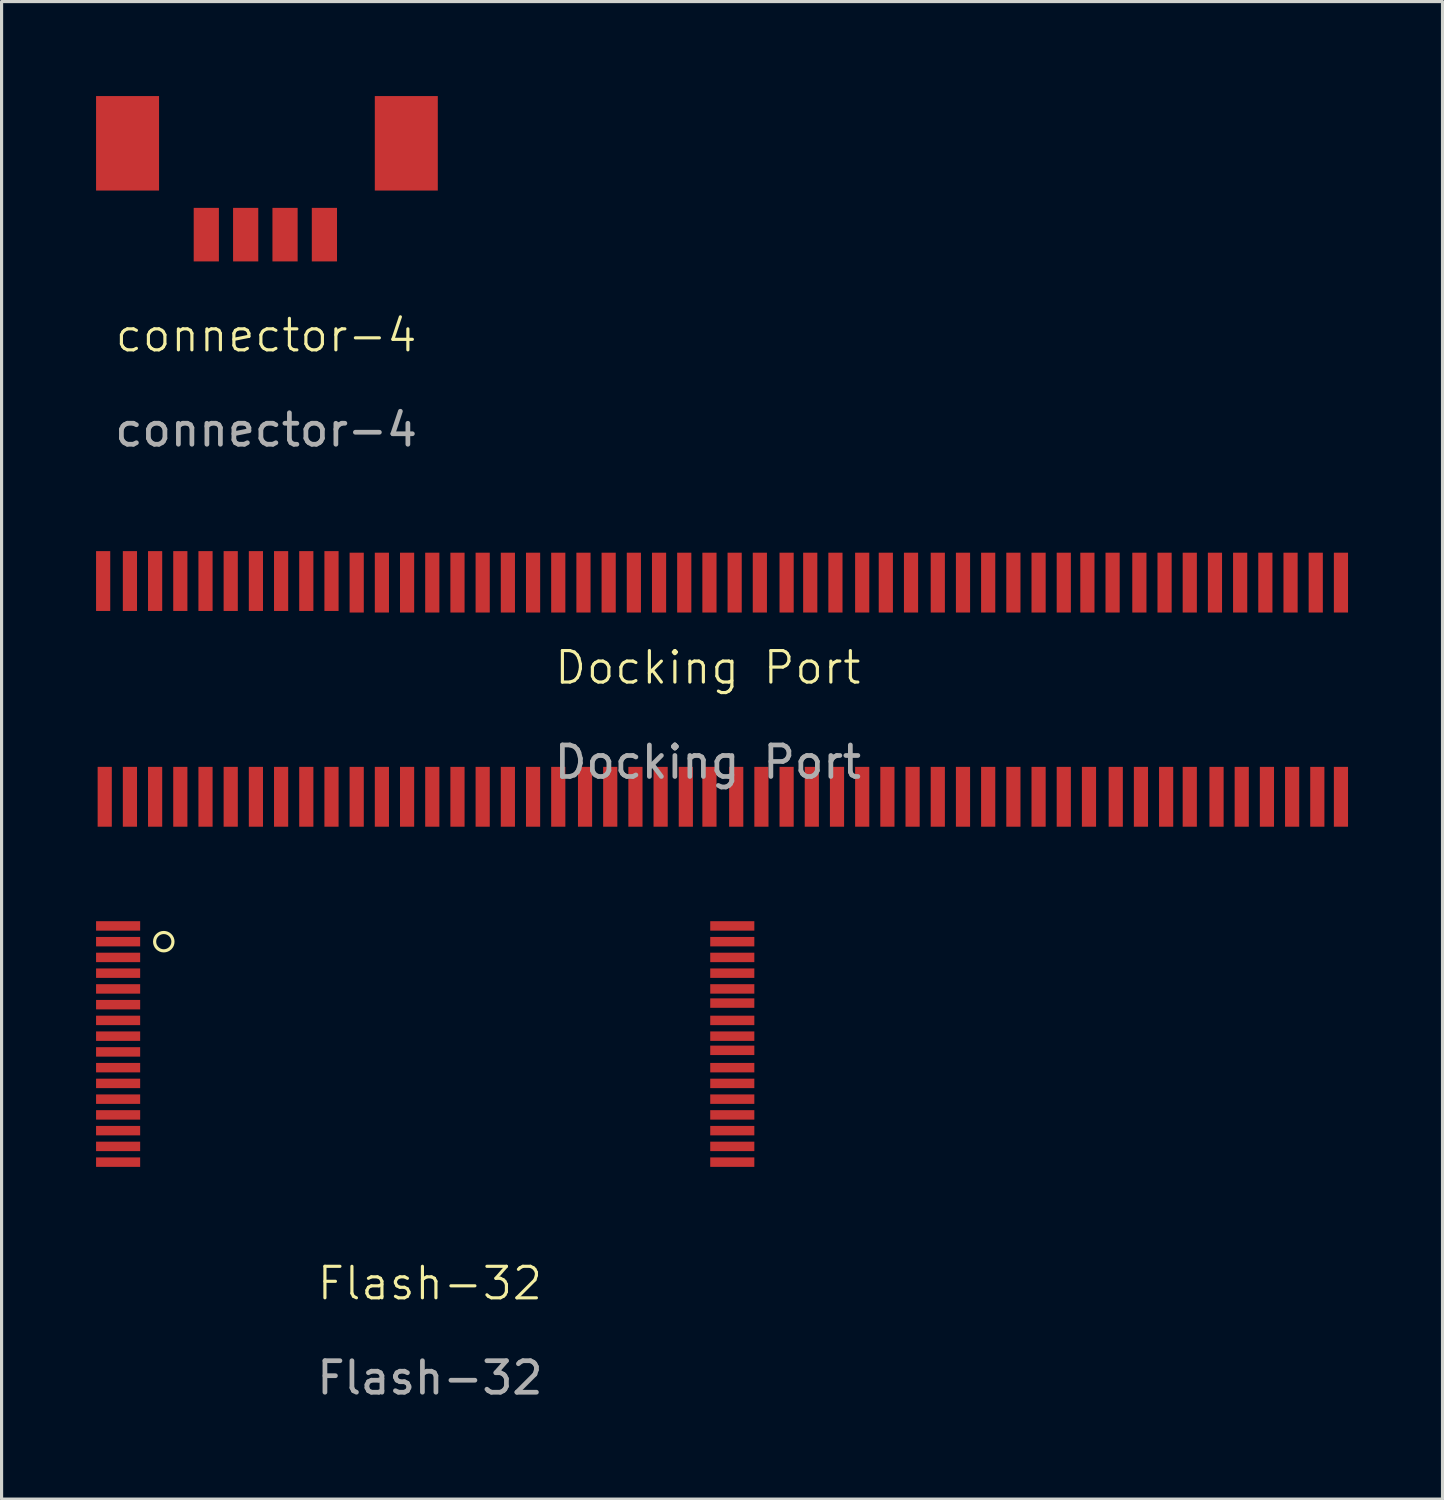
<source format=kicad_pcb>
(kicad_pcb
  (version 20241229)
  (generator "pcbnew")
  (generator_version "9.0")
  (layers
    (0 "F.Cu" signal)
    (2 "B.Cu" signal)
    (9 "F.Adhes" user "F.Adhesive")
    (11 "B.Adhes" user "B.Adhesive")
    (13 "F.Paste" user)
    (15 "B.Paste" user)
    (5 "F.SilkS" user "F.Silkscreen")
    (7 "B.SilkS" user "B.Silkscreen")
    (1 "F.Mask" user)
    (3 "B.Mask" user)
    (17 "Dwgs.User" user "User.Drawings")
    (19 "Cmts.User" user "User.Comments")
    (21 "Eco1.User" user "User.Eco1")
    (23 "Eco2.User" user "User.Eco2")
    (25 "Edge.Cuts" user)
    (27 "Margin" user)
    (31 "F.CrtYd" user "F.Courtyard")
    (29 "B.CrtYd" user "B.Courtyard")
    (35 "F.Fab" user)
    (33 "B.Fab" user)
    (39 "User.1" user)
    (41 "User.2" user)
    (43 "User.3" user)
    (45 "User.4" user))
  (footprint "Docking Port"
    (layer "F.Cu")
    (at 19.425 18.648)
    (property "Reference" "Docking Port" (at 0 -0.5 0) (unlocked yes) (layer "F.SilkS") (effects (font (size 1 1) (thickness 0.1))))
    (attr smd)
    (fp_text user "${REFERENCE}" (at 0 2.5 0) (unlocked yes) (layer "F.Fab") (effects (font (size 1 1) (thickness 0.15))))
    (pad "1" smd rect (at -19.2 -3.25 270) (size 1.9 0.45) (layers "F.Cu" "F.Mask" "F.Paste"))
    (pad "2" smd rect (at -18.35 -3.25 270) (size 1.9 0.45) (layers "F.Cu" "F.Mask" "F.Paste"))
    (pad "3" smd rect (at -17.55 -3.25 270) (size 1.9 0.45) (layers "F.Cu" "F.Mask" "F.Paste"))
    (pad "4" smd rect (at -16.75 -3.25 270) (size 1.9 0.45) (layers "F.Cu" "F.Mask" "F.Paste"))
    (pad "5" smd rect (at -15.95 -3.25 270) (size 1.9 0.45) (layers "F.Cu" "F.Mask" "F.Paste"))
    (pad "6" smd rect (at -15.15 -3.25 270) (size 1.9 0.45) (layers "F.Cu" "F.Mask" "F.Paste"))
    (pad "7" smd rect (at -14.35 -3.25 270) (size 1.9 0.45) (layers "F.Cu" "F.Mask" "F.Paste"))
    (pad "8" smd rect (at -13.55 -3.25 270) (size 1.9 0.45) (layers "F.Cu" "F.Mask" "F.Paste"))
    (pad "9" smd rect (at -12.75 -3.25 270) (size 1.9 0.45) (layers "F.Cu" "F.Mask" "F.Paste"))
    (pad "10" smd rect (at -11.95 -3.25 270) (size 1.9 0.45) (layers "F.Cu" "F.Mask" "F.Paste"))
    (pad "11" smd rect (at -11.15 -3.2 270) (size 1.9 0.45) (layers "F.Cu" "F.Mask" "F.Paste"))
    (pad "12" smd rect (at -10.35 -3.2 270) (size 1.9 0.45) (layers "F.Cu" "F.Mask" "F.Paste"))
    (pad "13" smd rect (at -9.55 -3.2 270) (size 1.9 0.45) (layers "F.Cu" "F.Mask" "F.Paste"))
    (pad "14" smd rect (at -8.75 -3.2 270) (size 1.9 0.45) (layers "F.Cu" "F.Mask" "F.Paste"))
    (pad "15" smd rect (at -7.95 -3.2 270) (size 1.9 0.45) (layers "F.Cu" "F.Mask" "F.Paste"))
    (pad "16" smd rect (at -7.15 -3.2 270) (size 1.9 0.45) (layers "F.Cu" "F.Mask" "F.Paste"))
    (pad "17" smd rect (at -6.35 -3.2 270) (size 1.9 0.45) (layers "F.Cu" "F.Mask" "F.Paste"))
    (pad "18" smd rect (at -5.55 -3.2 270) (size 1.9 0.45) (layers "F.Cu" "F.Mask" "F.Paste"))
    (pad "19" smd rect (at -4.75 -3.2 270) (size 1.9 0.45) (layers "F.Cu" "F.Mask" "F.Paste"))
    (pad "20" smd rect (at -3.95 -3.2 270) (size 1.9 0.45) (layers "F.Cu" "F.Mask" "F.Paste"))
    (pad "21" smd rect (at -3.15 -3.2 270) (size 1.9 0.45) (layers "F.Cu" "F.Mask" "F.Paste"))
    (pad "22" smd rect (at -2.35 -3.2 270) (size 1.9 0.45) (layers "F.Cu" "F.Mask" "F.Paste"))
    (pad "23" smd rect (at -1.55 -3.2 270) (size 1.9 0.45) (layers "F.Cu" "F.Mask" "F.Paste"))
    (pad "24" smd rect (at -0.75 -3.2 270) (size 1.9 0.45) (layers "F.Cu" "F.Mask" "F.Paste"))
    (pad "25" smd rect (at 0.05 -3.2 270) (size 1.9 0.45) (layers "F.Cu" "F.Mask" "F.Paste"))
    (pad "26" smd rect (at 0.85 -3.2 270) (size 1.9 0.45) (layers "F.Cu" "F.Mask" "F.Paste"))
    (pad "27" smd rect (at 1.65 -3.2 270) (size 1.9 0.45) (layers "F.Cu" "F.Mask" "F.Paste"))
    (pad "28" smd rect (at 2.5 -3.2 270) (size 1.9 0.45) (layers "F.Cu" "F.Mask" "F.Paste"))
    (pad "29" smd rect (at 3.25 -3.2 270) (size 1.9 0.45) (layers "F.Cu" "F.Mask" "F.Paste"))
    (pad "30" smd rect (at 4.05 -3.2 270) (size 1.9 0.45) (layers "F.Cu" "F.Mask" "F.Paste"))
    (pad "31" smd rect (at 4.9 -3.2 270) (size 1.9 0.45) (layers "F.Cu" "F.Mask" "F.Paste"))
    (pad "32" smd rect (at 5.65 -3.2 270) (size 1.9 0.45) (layers "F.Cu" "F.Mask" "F.Paste"))
    (pad "33" smd rect (at 6.45 -3.2 270) (size 1.9 0.45) (layers "F.Cu" "F.Mask" "F.Paste"))
    (pad "34" smd rect (at 7.3 -3.2 270) (size 1.9 0.45) (layers "F.Cu" "F.Mask" "F.Paste"))
    (pad "35" smd rect (at 8.1 -3.2 270) (size 1.9 0.45) (layers "F.Cu" "F.Mask" "F.Paste"))
    (pad "36" smd rect (at 8.9 -3.2 270) (size 1.9 0.45) (layers "F.Cu" "F.Mask" "F.Paste"))
    (pad "37" smd rect (at 9.7 -3.2 270) (size 1.9 0.45) (layers "F.Cu" "F.Mask" "F.Paste"))
    (pad "38" smd rect (at 10.5 -3.2 270) (size 1.9 0.45) (layers "F.Cu" "F.Mask" "F.Paste"))
    (pad "39" smd rect (at 11.3 -3.2 270) (size 1.9 0.45) (layers "F.Cu" "F.Mask" "F.Paste"))
    (pad "40" smd rect (at 12.05 -3.2 270) (size 1.9 0.45) (layers "F.Cu" "F.Mask" "F.Paste"))
    (pad "41" smd rect (at 12.85 -3.2 270) (size 1.9 0.45) (layers "F.Cu" "F.Mask" "F.Paste"))
    (pad "42" smd rect (at 13.7 -3.2 270) (size 1.9 0.45) (layers "F.Cu" "F.Mask" "F.Paste"))
    (pad "43" smd rect (at 14.5 -3.2 270) (size 1.9 0.45) (layers "F.Cu" "F.Mask" "F.Paste"))
    (pad "44" smd rect (at 15.3 -3.2 270) (size 1.9 0.45) (layers "F.Cu" "F.Mask" "F.Paste"))
    (pad "45" smd rect (at 16.1 -3.2 270) (size 1.9 0.45) (layers "F.Cu" "F.Mask" "F.Paste"))
    (pad "46" smd rect (at 16.9 -3.2 270) (size 1.9 0.45) (layers "F.Cu" "F.Mask" "F.Paste"))
    (pad "47" smd rect (at 17.7 -3.2 270) (size 1.9 0.45) (layers "F.Cu" "F.Mask" "F.Paste"))
    (pad "48" smd rect (at 18.5 -3.2 270) (size 1.9 0.45) (layers "F.Cu" "F.Mask" "F.Paste"))
    (pad "49" smd rect (at 19.3 -3.2 270) (size 1.9 0.45) (layers "F.Cu" "F.Mask" "F.Paste"))
    (pad "50" smd rect (at 20.1 -3.2 270) (size 1.9 0.45) (layers "F.Cu" "F.Mask" "F.Paste"))
    (pad "51" smd rect (at 20.1 3.6 270) (size 1.9 0.45) (layers "F.Cu" "F.Mask" "F.Paste"))
    (pad "52" smd rect (at 19.35 3.6 270) (size 1.9 0.45) (layers "F.Cu" "F.Mask" "F.Paste"))
    (pad "53" smd rect (at 18.55 3.6 270) (size 1.9 0.45) (layers "F.Cu" "F.Mask" "F.Paste"))
    (pad "54" smd rect (at 17.75 3.6 270) (size 1.9 0.45) (layers "F.Cu" "F.Mask" "F.Paste"))
    (pad "55" smd rect (at 16.95 3.6 270) (size 1.9 0.45) (layers "F.Cu" "F.Mask" "F.Paste"))
    (pad "56" smd rect (at 16.15 3.6 270) (size 1.9 0.45) (layers "F.Cu" "F.Mask" "F.Paste"))
    (pad "57" smd rect (at 15.3 3.6 270) (size 1.9 0.45) (layers "F.Cu" "F.Mask" "F.Paste"))
    (pad "58" smd rect (at 14.55 3.6 270) (size 1.9 0.45) (layers "F.Cu" "F.Mask" "F.Paste"))
    (pad "59" smd rect (at 13.75 3.6 270) (size 1.9 0.45) (layers "F.Cu" "F.Mask" "F.Paste"))
    (pad "60" smd rect (at 12.95 3.6 270) (size 1.9 0.45) (layers "F.Cu" "F.Mask" "F.Paste"))
    (pad "61" smd rect (at 12.1 3.6 270) (size 1.9 0.45) (layers "F.Cu" "F.Mask" "F.Paste"))
    (pad "62" smd rect (at 11.3 3.6 270) (size 1.9 0.45) (layers "F.Cu" "F.Mask" "F.Paste"))
    (pad "63" smd rect (at 10.5 3.6 270) (size 1.9 0.45) (layers "F.Cu" "F.Mask" "F.Paste"))
    (pad "64" smd rect (at 9.7 3.6 270) (size 1.9 0.45) (layers "F.Cu" "F.Mask" "F.Paste"))
    (pad "65" smd rect (at 8.9 3.6 270) (size 1.9 0.45) (layers "F.Cu" "F.Mask" "F.Paste"))
    (pad "66" smd rect (at 8.1 3.6 270) (size 1.9 0.45) (layers "F.Cu" "F.Mask" "F.Paste"))
    (pad "67" smd rect (at 7.3 3.6 270) (size 1.9 0.45) (layers "F.Cu" "F.Mask" "F.Paste"))
    (pad "68" smd rect (at 6.5 3.6 270) (size 1.9 0.45) (layers "F.Cu" "F.Mask" "F.Paste"))
    (pad "69" smd rect (at 5.7 3.6 270) (size 1.9 0.45) (layers "F.Cu" "F.Mask" "F.Paste"))
    (pad "70" smd rect (at 4.9 3.6 270) (size 1.9 0.45) (layers "F.Cu" "F.Mask" "F.Paste"))
    (pad "71" smd rect (at 4.1 3.6 270) (size 1.9 0.45) (layers "F.Cu" "F.Mask" "F.Paste"))
    (pad "72" smd rect (at 3.3 3.6 270) (size 1.9 0.45) (layers "F.Cu" "F.Mask" "F.Paste"))
    (pad "73" smd rect (at 2.5 3.6 270) (size 1.9 0.45) (layers "F.Cu" "F.Mask" "F.Paste"))
    (pad "74" smd rect (at 1.7 3.6 270) (size 1.9 0.45) (layers "F.Cu" "F.Mask" "F.Paste"))
    (pad "75" smd rect (at 0.9 3.6 270) (size 1.9 0.45) (layers "F.Cu" "F.Mask" "F.Paste"))
    (pad "76" smd rect (at 0.05 3.6 270) (size 1.9 0.45) (layers "F.Cu" "F.Mask" "F.Paste"))
    (pad "77" smd rect (at -0.7 3.6 270) (size 1.9 0.45) (layers "F.Cu" "F.Mask" "F.Paste"))
    (pad "78" smd rect (at -1.5 3.6 270) (size 1.9 0.45) (layers "F.Cu" "F.Mask" "F.Paste"))
    (pad "79" smd rect (at -2.3 3.6 270) (size 1.9 0.45) (layers "F.Cu" "F.Mask" "F.Paste"))
    (pad "80" smd rect (at -3.1 3.6 270) (size 1.9 0.45) (layers "F.Cu" "F.Mask" "F.Paste"))
    (pad "81" smd rect (at -3.9 3.6 270) (size 1.9 0.45) (layers "F.Cu" "F.Mask" "F.Paste"))
    (pad "82" smd rect (at -4.75 3.6 270) (size 1.9 0.45) (layers "F.Cu" "F.Mask" "F.Paste"))
    (pad "83" smd rect (at -5.55 3.6 270) (size 1.9 0.45) (layers "F.Cu" "F.Mask" "F.Paste"))
    (pad "84" smd rect (at -6.35 3.6 270) (size 1.9 0.45) (layers "F.Cu" "F.Mask" "F.Paste"))
    (pad "85" smd rect (at -7.15 3.6 270) (size 1.9 0.45) (layers "F.Cu" "F.Mask" "F.Paste"))
    (pad "86" smd rect (at -7.95 3.6 270) (size 1.9 0.45) (layers "F.Cu" "F.Mask" "F.Paste"))
    (pad "87" smd rect (at -8.75 3.6 270) (size 1.9 0.45) (layers "F.Cu" "F.Mask" "F.Paste"))
    (pad "88" smd rect (at -9.55 3.6 270) (size 1.9 0.45) (layers "F.Cu" "F.Mask" "F.Paste"))
    (pad "89" smd rect (at -10.35 3.6 270) (size 1.9 0.45) (layers "F.Cu" "F.Mask" "F.Paste"))
    (pad "90" smd rect (at -11.15 3.6 270) (size 1.9 0.45) (layers "F.Cu" "F.Mask" "F.Paste"))
    (pad "91" smd rect (at -11.95 3.6 270) (size 1.9 0.45) (layers "F.Cu" "F.Mask" "F.Paste"))
    (pad "92" smd rect (at -12.75 3.6 270) (size 1.9 0.45) (layers "F.Cu" "F.Mask" "F.Paste"))
    (pad "93" smd rect (at -13.55 3.6 270) (size 1.9 0.45) (layers "F.Cu" "F.Mask" "F.Paste"))
    (pad "94" smd rect (at -14.35 3.6 270) (size 1.9 0.45) (layers "F.Cu" "F.Mask" "F.Paste"))
    (pad "95" smd rect (at -15.15 3.6 270) (size 1.9 0.45) (layers "F.Cu" "F.Mask" "F.Paste"))
    (pad "96" smd rect (at -15.95 3.6 270) (size 1.9 0.45) (layers "F.Cu" "F.Mask" "F.Paste"))
    (pad "97" smd rect (at -16.75 3.6 270) (size 1.9 0.45) (layers "F.Cu" "F.Mask" "F.Paste"))
    (pad "98" smd rect (at -17.55 3.6 270) (size 1.9 0.45) (layers "F.Cu" "F.Mask" "F.Paste"))
    (pad "99" smd rect (at -18.35 3.6 270) (size 1.9 0.45) (layers "F.Cu" "F.Mask" "F.Paste"))
    (pad "100" smd rect (at -19.15 3.6 270) (size 1.9 0.45) (layers "F.Cu" "F.Mask" "F.Paste")))
  (footprint "Flash-32"
    (layer "F.Cu")
    (at 10.7 30.498)
    (property "Reference" "Flash-32" (at -0.1 7.2 0) (unlocked yes) (layer "F.SilkS") (effects (font (size 1 1) (thickness 0.1))))
    (attr smd)
    (fp_circle (center -8.55 -3.65) (end -8.4 -3.9) (stroke (width 0.1) (type default)) (fill no) (layer "F.SilkS"))
    (fp_text user "${REFERENCE}" (at -0.1 10.2 0) (unlocked yes) (layer "F.Fab") (effects (font (size 1 1) (thickness 0.15))))
    (pad "1" smd rect (at -10 -4.15) (size 1.4 0.3) (layers "F.Cu" "F.Mask" "F.Paste"))
    (pad "2" smd rect (at -10 -3.65) (size 1.4 0.3) (layers "F.Cu" "F.Mask" "F.Paste"))
    (pad "3" smd rect (at -10 -3.15) (size 1.4 0.3) (layers "F.Cu" "F.Mask" "F.Paste"))
    (pad "4" smd rect (at -10 -2.65) (size 1.4 0.3) (layers "F.Cu" "F.Mask" "F.Paste"))
    (pad "5" smd rect (at -10 -2.15) (size 1.4 0.3) (layers "F.Cu" "F.Mask" "F.Paste"))
    (pad "6" smd rect (at -10 -1.65) (size 1.4 0.3) (layers "F.Cu" "F.Mask" "F.Paste"))
    (pad "7" smd rect (at -10 -1.15) (size 1.4 0.3) (layers "F.Cu" "F.Mask" "F.Paste"))
    (pad "8" smd rect (at -10 -0.65) (size 1.4 0.3) (layers "F.Cu" "F.Mask" "F.Paste"))
    (pad "9" smd rect (at -10 -0.15) (size 1.4 0.3) (layers "F.Cu" "F.Mask" "F.Paste"))
    (pad "10" smd rect (at -10 0.35) (size 1.4 0.3) (layers "F.Cu" "F.Mask" "F.Paste"))
    (pad "11" smd rect (at -10 0.85) (size 1.4 0.3) (layers "F.Cu" "F.Mask" "F.Paste"))
    (pad "12" smd rect (at -10 1.35) (size 1.4 0.3) (layers "F.Cu" "F.Mask" "F.Paste"))
    (pad "13" smd rect (at -10 1.85) (size 1.4 0.3) (layers "F.Cu" "F.Mask" "F.Paste"))
    (pad "14" smd rect (at -10 2.35) (size 1.4 0.3) (layers "F.Cu" "F.Mask" "F.Paste"))
    (pad "15" smd rect (at -10 2.85) (size 1.4 0.3) (layers "F.Cu" "F.Mask" "F.Paste"))
    (pad "16" smd rect (at -10 3.35) (size 1.4 0.3) (layers "F.Cu" "F.Mask" "F.Paste"))
    (pad "17" smd rect (at 9.5 3.35) (size 1.4 0.3) (layers "F.Cu" "F.Mask" "F.Paste"))
    (pad "18" smd rect (at 9.5 2.85) (size 1.4 0.3) (layers "F.Cu" "F.Mask" "F.Paste"))
    (pad "19" smd rect (at 9.5 2.35) (size 1.4 0.3) (layers "F.Cu" "F.Mask" "F.Paste"))
    (pad "20" smd rect (at 9.5 1.85) (size 1.4 0.3) (layers "F.Cu" "F.Mask" "F.Paste"))
    (pad "21" smd rect (at 9.5 1.35) (size 1.4 0.3) (layers "F.Cu" "F.Mask" "F.Paste"))
    (pad "22" smd rect (at 9.5 0.85) (size 1.4 0.3) (layers "F.Cu" "F.Mask" "F.Paste"))
    (pad "23" smd rect (at 9.5 0.35) (size 1.4 0.3) (layers "F.Cu" "F.Mask" "F.Paste"))
    (pad "24" smd rect (at 9.5 -0.2) (size 1.4 0.3) (layers "F.Cu" "F.Mask" "F.Paste"))
    (pad "25" smd rect (at 9.5 -0.65) (size 1.4 0.3) (layers "F.Cu" "F.Mask" "F.Paste"))
    (pad "26" smd rect (at 9.5 -1.15) (size 1.4 0.3) (layers "F.Cu" "F.Mask" "F.Paste"))
    (pad "27" smd rect (at 9.5 -1.7) (size 1.4 0.3) (layers "F.Cu" "F.Mask" "F.Paste"))
    (pad "28" smd rect (at 9.5 -2.15) (size 1.4 0.3) (layers "F.Cu" "F.Mask" "F.Paste"))
    (pad "29" smd rect (at 9.5 -2.65) (size 1.4 0.3) (layers "F.Cu" "F.Mask" "F.Paste"))
    (pad "30" smd rect (at 9.5 -3.15) (size 1.4 0.3) (layers "F.Cu" "F.Mask" "F.Paste"))
    (pad "31" smd rect (at 9.5 -3.65) (size 1.4 0.3) (layers "F.Cu" "F.Mask" "F.Paste"))
    (pad "32" smd rect (at 9.5 -4.15) (size 1.4 0.3) (layers "F.Cu" "F.Mask" "F.Paste")))
  (footprint "connector-4"
    (layer "F.Cu")
    (at 5.4 2.7)
    (property "Reference" "connector-4" (at 0 4.9 0) (unlocked yes) (layer "F.SilkS") (effects (font (size 1 1) (thickness 0.1))))
    (attr smd)
    (fp_text user "${REFERENCE}" (at 0 7.9 0) (unlocked yes) (layer "F.Fab") (effects (font (size 1 1) (thickness 0.15))))
    (pad "1" smd rect (at -1.9 1.7 90) (size 1.7 0.8) (layers "F.Cu" "F.Mask" "F.Paste"))
    (pad "2" smd rect (at -0.65 1.7 90) (size 1.7 0.8) (layers "F.Cu" "F.Mask" "F.Paste"))
    (pad "3" smd rect (at 0.6 1.7 90) (size 1.7 0.8) (layers "F.Cu" "F.Mask" "F.Paste"))
    (pad "4" smd rect (at 1.85 1.7 90) (size 1.7 0.8) (layers "F.Cu" "F.Mask" "F.Paste"))
    (pad "5" smd rect (at -4.4 -1.2 90) (size 3 2) (layers "F.Cu" "F.Mask" "F.Paste"))
    (pad "6" smd rect (at 4.45 -1.2 90) (size 3 2) (layers "F.Cu" "F.Mask" "F.Paste")))
  (gr_rect
    (start -3 -3)
    (end 42.75 44.547)
    (stroke (width 0.1) (type default))
    (fill no)
    (layer "Edge.Cuts")))
</source>
